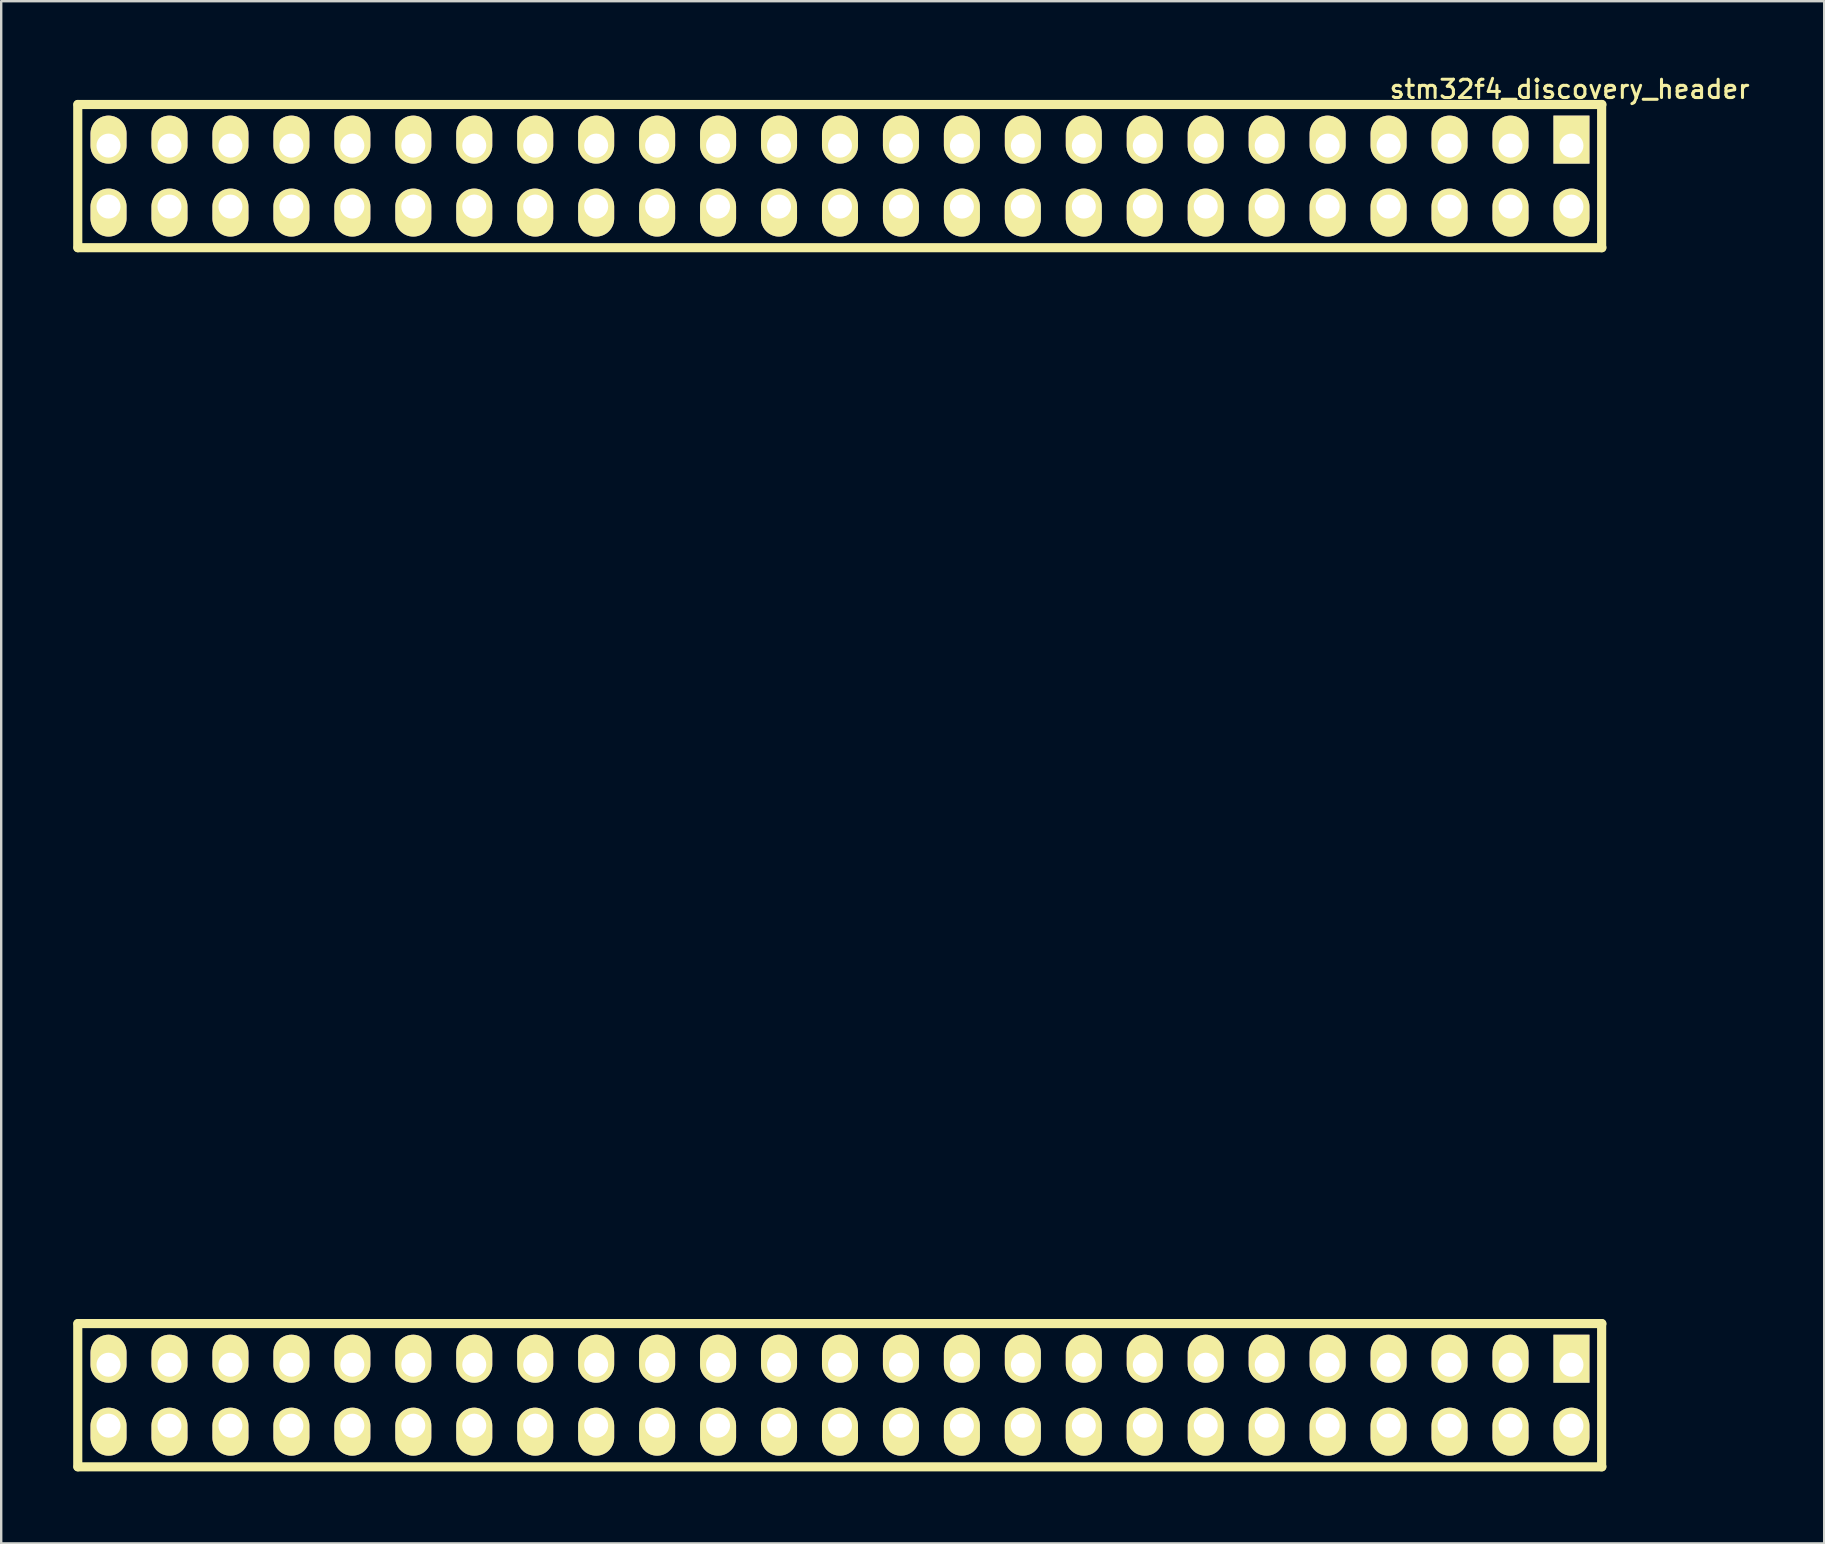
<source format=kicad_pcb>
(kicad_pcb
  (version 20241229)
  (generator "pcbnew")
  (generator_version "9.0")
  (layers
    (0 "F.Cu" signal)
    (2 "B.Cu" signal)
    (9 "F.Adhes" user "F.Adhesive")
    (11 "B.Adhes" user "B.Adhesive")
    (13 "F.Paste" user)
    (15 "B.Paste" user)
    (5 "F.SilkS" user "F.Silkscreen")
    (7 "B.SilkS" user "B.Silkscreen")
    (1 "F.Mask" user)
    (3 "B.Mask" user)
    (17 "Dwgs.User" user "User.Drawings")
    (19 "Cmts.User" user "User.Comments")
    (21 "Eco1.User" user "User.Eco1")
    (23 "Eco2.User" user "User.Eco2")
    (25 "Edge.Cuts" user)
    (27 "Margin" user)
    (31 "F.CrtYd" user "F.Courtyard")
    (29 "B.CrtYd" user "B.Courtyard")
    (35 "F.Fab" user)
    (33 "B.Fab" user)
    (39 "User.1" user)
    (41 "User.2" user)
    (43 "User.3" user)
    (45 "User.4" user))
  (footprint "stm32f4_discovery_header"
    (layer "F.Cu")
    (at 47.752 29.688)
    (property "Reference" "stm32f4_discovery_header" (at 14.605 -29.02 0) (layer "F.SilkS") (effects (font (size 0.762 0.762) (thickness 0.127))))
    (attr through_hole)
    (fp_line (start -47.562 -22.416) (end -47.562 -28.384) (stroke (width 0.381) (type solid)) (layer "F.SilkS"))
    (fp_line (start -47.562 22.416) (end -47.562 28.384) (stroke (width 0.381) (type solid)) (layer "F.SilkS"))
    (fp_line (start -47.55 -28.384) (end 15.95 -28.384) (stroke (width 0.381) (type solid)) (layer "F.SilkS"))
    (fp_line (start -47.55 -22.416) (end 15.95 -22.416) (stroke (width 0.381) (type solid)) (layer "F.SilkS"))
    (fp_line (start -47.55 22.416) (end 15.95 22.416) (stroke (width 0.381) (type solid)) (layer "F.SilkS"))
    (fp_line (start -47.55 28.384) (end 15.95 28.384) (stroke (width 0.381) (type solid)) (layer "F.SilkS"))
    (fp_line (start 15.938 -22.416) (end 15.938 -28.384) (stroke (width 0.381) (type solid)) (layer "F.SilkS"))
    (fp_line (start 15.938 28.384) (end 15.938 22.416) (stroke (width 0.381) (type solid)) (layer "F.SilkS"))
    (pad "1" thru_hole rect (at 14.68 -26.67) (size 1.5 2) (drill 1 (offset 0 -0.25)) (layers "*.Cu" "*.Mask" "F.SilkS"))
    (pad "2" thru_hole oval (at 14.68 -24.13) (size 1.5 2) (drill 1 (offset 0 0.25)) (layers "*.Cu" "*.Mask" "F.SilkS"))
    (pad "3" thru_hole oval (at 12.14 -26.67) (size 1.5 2) (drill 1 (offset 0 -0.25)) (layers "*.Cu" "*.Mask" "F.SilkS"))
    (pad "4" thru_hole oval (at 12.14 -24.13) (size 1.5 2) (drill 1 (offset 0 0.25)) (layers "*.Cu" "*.Mask" "F.SilkS"))
    (pad "5" thru_hole oval (at 9.6 -26.67) (size 1.5 2) (drill 1 (offset 0 -0.25)) (layers "*.Cu" "*.Mask" "F.SilkS"))
    (pad "6" thru_hole oval (at 9.6 -24.13) (size 1.5 2) (drill 1 (offset 0 0.25)) (layers "*.Cu" "*.Mask" "F.SilkS"))
    (pad "7" thru_hole oval (at 7.06 -26.67) (size 1.5 2) (drill 1 (offset 0 -0.25)) (layers "*.Cu" "*.Mask" "F.SilkS"))
    (pad "8" thru_hole oval (at 7.06 -24.13) (size 1.5 2) (drill 1 (offset 0 0.25)) (layers "*.Cu" "*.Mask" "F.SilkS"))
    (pad "9" thru_hole oval (at 4.52 -26.67) (size 1.5 2) (drill 1 (offset 0 -0.25)) (layers "*.Cu" "*.Mask" "F.SilkS"))
    (pad "10" thru_hole oval (at 4.52 -24.13) (size 1.5 2) (drill 1 (offset 0 0.25)) (layers "*.Cu" "*.Mask" "F.SilkS"))
    (pad "11" thru_hole oval (at 1.98 -26.67) (size 1.5 2) (drill 1 (offset 0 -0.25)) (layers "*.Cu" "*.Mask" "F.SilkS"))
    (pad "12" thru_hole oval (at 1.98 -24.13) (size 1.5 2) (drill 1 (offset 0 0.25)) (layers "*.Cu" "*.Mask" "F.SilkS"))
    (pad "13" thru_hole oval (at -0.56 -26.67) (size 1.5 2) (drill 1 (offset 0 -0.25)) (layers "*.Cu" "*.Mask" "F.SilkS"))
    (pad "14" thru_hole oval (at -0.56 -24.13) (size 1.5 2) (drill 1 (offset 0 0.25)) (layers "*.Cu" "*.Mask" "F.SilkS"))
    (pad "15" thru_hole oval (at -3.1 -26.67) (size 1.5 2) (drill 1 (offset 0 -0.25)) (layers "*.Cu" "*.Mask" "F.SilkS"))
    (pad "16" thru_hole oval (at -3.1 -24.13) (size 1.5 2) (drill 1 (offset 0 0.25)) (layers "*.Cu" "*.Mask" "F.SilkS"))
    (pad "17" thru_hole oval (at -5.64 -26.67) (size 1.5 2) (drill 1 (offset 0 -0.25)) (layers "*.Cu" "*.Mask" "F.SilkS"))
    (pad "18" thru_hole oval (at -5.64 -24.13) (size 1.5 2) (drill 1 (offset 0 0.25)) (layers "*.Cu" "*.Mask" "F.SilkS"))
    (pad "19" thru_hole oval (at -8.18 -26.67) (size 1.5 2) (drill 1 (offset 0 -0.25)) (layers "*.Cu" "*.Mask" "F.SilkS"))
    (pad "20" thru_hole oval (at -8.18 -24.13) (size 1.5 2) (drill 1 (offset 0 0.25)) (layers "*.Cu" "*.Mask" "F.SilkS"))
    (pad "21" thru_hole oval (at -10.72 -26.67) (size 1.5 2) (drill 1 (offset 0 -0.25)) (layers "*.Cu" "*.Mask" "F.SilkS"))
    (pad "22" thru_hole oval (at -10.72 -24.13) (size 1.5 2) (drill 1 (offset 0 0.25)) (layers "*.Cu" "*.Mask" "F.SilkS"))
    (pad "23" thru_hole oval (at -13.26 -26.67) (size 1.5 2) (drill 1 (offset 0 -0.25)) (layers "*.Cu" "*.Mask" "F.SilkS"))
    (pad "24" thru_hole oval (at -13.26 -24.13) (size 1.5 2) (drill 1 (offset 0 0.25)) (layers "*.Cu" "*.Mask" "F.SilkS"))
    (pad "25" thru_hole oval (at -15.8 -26.67) (size 1.5 2) (drill 1 (offset 0 -0.25)) (layers "*.Cu" "*.Mask" "F.SilkS"))
    (pad "26" thru_hole oval (at -15.8 -24.13) (size 1.5 2) (drill 1 (offset 0 0.25)) (layers "*.Cu" "*.Mask" "F.SilkS"))
    (pad "27" thru_hole oval (at -18.34 -26.67) (size 1.5 2) (drill 1 (offset 0 -0.25)) (layers "*.Cu" "*.Mask" "F.SilkS"))
    (pad "28" thru_hole oval (at -18.34 -24.13) (size 1.5 2) (drill 1 (offset 0 0.25)) (layers "*.Cu" "*.Mask" "F.SilkS"))
    (pad "29" thru_hole oval (at -20.88 -26.67) (size 1.5 2) (drill 1 (offset 0 -0.25)) (layers "*.Cu" "*.Mask" "F.SilkS"))
    (pad "30" thru_hole oval (at -20.88 -24.13) (size 1.5 2) (drill 1 (offset 0 0.25)) (layers "*.Cu" "*.Mask" "F.SilkS"))
    (pad "31" thru_hole oval (at -23.42 -26.67) (size 1.5 2) (drill 1 (offset 0 -0.25)) (layers "*.Cu" "*.Mask" "F.SilkS"))
    (pad "32" thru_hole oval (at -23.42 -24.13) (size 1.5 2) (drill 1 (offset 0 0.25)) (layers "*.Cu" "*.Mask" "F.SilkS"))
    (pad "33" thru_hole oval (at -25.96 -26.67) (size 1.5 2) (drill 1 (offset 0 -0.25)) (layers "*.Cu" "*.Mask" "F.SilkS"))
    (pad "34" thru_hole oval (at -25.96 -24.13) (size 1.5 2) (drill 1 (offset 0 0.25)) (layers "*.Cu" "*.Mask" "F.SilkS"))
    (pad "35" thru_hole oval (at -28.5 -26.67) (size 1.5 2) (drill 1 (offset 0 -0.25)) (layers "*.Cu" "*.Mask" "F.SilkS"))
    (pad "36" thru_hole oval (at -28.5 -24.13) (size 1.5 2) (drill 1 (offset 0 0.25)) (layers "*.Cu" "*.Mask" "F.SilkS"))
    (pad "37" thru_hole oval (at -31.04 -26.67) (size 1.5 2) (drill 1 (offset 0 -0.25)) (layers "*.Cu" "*.Mask" "F.SilkS"))
    (pad "38" thru_hole oval (at -31.04 -24.13) (size 1.5 2) (drill 1 (offset 0 0.25)) (layers "*.Cu" "*.Mask" "F.SilkS"))
    (pad "39" thru_hole oval (at -33.58 -26.67) (size 1.5 2) (drill 1 (offset 0 -0.25)) (layers "*.Cu" "*.Mask" "F.SilkS"))
    (pad "40" thru_hole oval (at -33.58 -24.13) (size 1.5 2) (drill 1 (offset 0 0.25)) (layers "*.Cu" "*.Mask" "F.SilkS"))
    (pad "41" thru_hole oval (at -36.12 -26.67) (size 1.5 2) (drill 1 (offset 0 -0.25)) (layers "*.Cu" "*.Mask" "F.SilkS"))
    (pad "42" thru_hole oval (at -36.12 -24.13) (size 1.5 2) (drill 1 (offset 0 0.25)) (layers "*.Cu" "*.Mask" "F.SilkS"))
    (pad "43" thru_hole oval (at -38.66 -26.67) (size 1.5 2) (drill 1 (offset 0 -0.25)) (layers "*.Cu" "*.Mask" "F.SilkS"))
    (pad "44" thru_hole oval (at -38.66 -24.13) (size 1.5 2) (drill 1 (offset 0 0.25)) (layers "*.Cu" "*.Mask" "F.SilkS"))
    (pad "45" thru_hole oval (at -41.2 -26.67) (size 1.5 2) (drill 1 (offset 0 -0.25)) (layers "*.Cu" "*.Mask" "F.SilkS"))
    (pad "46" thru_hole oval (at -41.2 -24.13) (size 1.5 2) (drill 1 (offset 0 0.25)) (layers "*.Cu" "*.Mask" "F.SilkS"))
    (pad "47" thru_hole oval (at -43.74 -26.67) (size 1.5 2) (drill 1 (offset 0 -0.25)) (layers "*.Cu" "*.Mask" "F.SilkS"))
    (pad "48" thru_hole oval (at -43.74 -24.13) (size 1.5 2) (drill 1 (offset 0 0.25)) (layers "*.Cu" "*.Mask" "F.SilkS"))
    (pad "49" thru_hole oval (at -46.28 -26.67) (size 1.5 2) (drill 1 (offset 0 -0.25)) (layers "*.Cu" "*.Mask" "F.SilkS"))
    (pad "50" thru_hole oval (at -46.28 -24.13) (size 1.5 2) (drill 1 (offset 0 0.25)) (layers "*.Cu" "*.Mask" "F.SilkS"))
    (pad "51" thru_hole oval (at -46.28 24.13) (size 1.5 2) (drill 1 (offset 0 -0.25)) (layers "*.Cu" "*.Mask" "F.SilkS"))
    (pad "52" thru_hole oval (at -46.28 26.67) (size 1.5 2) (drill 1 (offset 0 0.25)) (layers "*.Cu" "*.Mask" "F.SilkS"))
    (pad "53" thru_hole oval (at -43.74 24.13) (size 1.5 2) (drill 1 (offset 0 -0.25)) (layers "*.Cu" "*.Mask" "F.SilkS"))
    (pad "54" thru_hole oval (at -43.74 26.67) (size 1.5 2) (drill 1 (offset 0 0.25)) (layers "*.Cu" "*.Mask" "F.SilkS"))
    (pad "55" thru_hole oval (at -41.2 24.13) (size 1.5 2) (drill 1 (offset 0 -0.25)) (layers "*.Cu" "*.Mask" "F.SilkS"))
    (pad "56" thru_hole oval (at -41.2 26.67) (size 1.5 2) (drill 1 (offset 0 0.25)) (layers "*.Cu" "*.Mask" "F.SilkS"))
    (pad "57" thru_hole oval (at -38.66 24.13) (size 1.5 2) (drill 1 (offset 0 -0.25)) (layers "*.Cu" "*.Mask" "F.SilkS"))
    (pad "58" thru_hole oval (at -38.66 26.67) (size 1.5 2) (drill 1 (offset 0 0.25)) (layers "*.Cu" "*.Mask" "F.SilkS"))
    (pad "59" thru_hole oval (at -36.12 24.13) (size 1.5 2) (drill 1 (offset 0 -0.25)) (layers "*.Cu" "*.Mask" "F.SilkS"))
    (pad "60" thru_hole oval (at -36.12 26.67) (size 1.5 2) (drill 1 (offset 0 0.25)) (layers "*.Cu" "*.Mask" "F.SilkS"))
    (pad "61" thru_hole oval (at -33.58 24.13) (size 1.5 2) (drill 1 (offset 0 -0.25)) (layers "*.Cu" "*.Mask" "F.SilkS"))
    (pad "62" thru_hole oval (at -33.58 26.67) (size 1.5 2) (drill 1 (offset 0 0.25)) (layers "*.Cu" "*.Mask" "F.SilkS"))
    (pad "63" thru_hole oval (at -31.04 24.13) (size 1.5 2) (drill 1 (offset 0 -0.25)) (layers "*.Cu" "*.Mask" "F.SilkS"))
    (pad "64" thru_hole oval (at -31.04 26.67) (size 1.5 2) (drill 1 (offset 0 0.25)) (layers "*.Cu" "*.Mask" "F.SilkS"))
    (pad "65" thru_hole oval (at -28.5 24.13) (size 1.5 2) (drill 1 (offset 0 -0.25)) (layers "*.Cu" "*.Mask" "F.SilkS"))
    (pad "66" thru_hole oval (at -28.5 26.67) (size 1.5 2) (drill 1 (offset 0 0.25)) (layers "*.Cu" "*.Mask" "F.SilkS"))
    (pad "67" thru_hole oval (at -25.96 24.13) (size 1.5 2) (drill 1 (offset 0 -0.25)) (layers "*.Cu" "*.Mask" "F.SilkS"))
    (pad "68" thru_hole oval (at -25.96 26.67) (size 1.5 2) (drill 1 (offset 0 0.25)) (layers "*.Cu" "*.Mask" "F.SilkS"))
    (pad "69" thru_hole oval (at -23.42 24.13) (size 1.5 2) (drill 1 (offset 0 -0.25)) (layers "*.Cu" "*.Mask" "F.SilkS"))
    (pad "70" thru_hole oval (at -23.42 26.67) (size 1.5 2) (drill 1 (offset 0 0.25)) (layers "*.Cu" "*.Mask" "F.SilkS"))
    (pad "71" thru_hole oval (at -20.88 24.13) (size 1.5 2) (drill 1 (offset 0 -0.25)) (layers "*.Cu" "*.Mask" "F.SilkS"))
    (pad "72" thru_hole oval (at -20.88 26.67) (size 1.5 2) (drill 1 (offset 0 0.25)) (layers "*.Cu" "*.Mask" "F.SilkS"))
    (pad "73" thru_hole oval (at -18.34 24.13) (size 1.5 2) (drill 1 (offset 0 -0.25)) (layers "*.Cu" "*.Mask" "F.SilkS"))
    (pad "74" thru_hole oval (at -18.34 26.67) (size 1.5 2) (drill 1 (offset 0 0.25)) (layers "*.Cu" "*.Mask" "F.SilkS"))
    (pad "75" thru_hole oval (at -15.8 24.13) (size 1.5 2) (drill 1 (offset 0 -0.25)) (layers "*.Cu" "*.Mask" "F.SilkS"))
    (pad "76" thru_hole oval (at -15.8 26.67) (size 1.5 2) (drill 1 (offset 0 0.25)) (layers "*.Cu" "*.Mask" "F.SilkS"))
    (pad "77" thru_hole oval (at -13.26 24.13) (size 1.5 2) (drill 1 (offset 0 -0.25)) (layers "*.Cu" "*.Mask" "F.SilkS"))
    (pad "78" thru_hole oval (at -13.26 26.67) (size 1.5 2) (drill 1 (offset 0 0.25)) (layers "*.Cu" "*.Mask" "F.SilkS"))
    (pad "79" thru_hole oval (at -10.72 24.13) (size 1.5 2) (drill 1 (offset 0 -0.25)) (layers "*.Cu" "*.Mask" "F.SilkS"))
    (pad "80" thru_hole oval (at -10.72 26.67) (size 1.5 2) (drill 1 (offset 0 0.25)) (layers "*.Cu" "*.Mask" "F.SilkS"))
    (pad "81" thru_hole oval (at -8.18 24.13) (size 1.5 2) (drill 1 (offset 0 -0.25)) (layers "*.Cu" "*.Mask" "F.SilkS"))
    (pad "82" thru_hole oval (at -8.18 26.67) (size 1.5 2) (drill 1 (offset 0 0.25)) (layers "*.Cu" "*.Mask" "F.SilkS"))
    (pad "83" thru_hole oval (at -5.64 24.13) (size 1.5 2) (drill 1 (offset 0 -0.25)) (layers "*.Cu" "*.Mask" "F.SilkS"))
    (pad "84" thru_hole oval (at -5.64 26.67) (size 1.5 2) (drill 1 (offset 0 0.25)) (layers "*.Cu" "*.Mask" "F.SilkS"))
    (pad "85" thru_hole oval (at -3.1 24.13) (size 1.5 2) (drill 1 (offset 0 -0.25)) (layers "*.Cu" "*.Mask" "F.SilkS"))
    (pad "86" thru_hole oval (at -3.1 26.67) (size 1.5 2) (drill 1 (offset 0 0.25)) (layers "*.Cu" "*.Mask" "F.SilkS"))
    (pad "87" thru_hole oval (at -0.56 24.13) (size 1.5 2) (drill 1 (offset 0 -0.25)) (layers "*.Cu" "*.Mask" "F.SilkS"))
    (pad "88" thru_hole oval (at -0.56 26.67) (size 1.5 2) (drill 1 (offset 0 0.25)) (layers "*.Cu" "*.Mask" "F.SilkS"))
    (pad "89" thru_hole oval (at 1.98 24.13) (size 1.5 2) (drill 1 (offset 0 -0.25)) (layers "*.Cu" "*.Mask" "F.SilkS"))
    (pad "90" thru_hole oval (at 1.98 26.67) (size 1.5 2) (drill 1 (offset 0 0.25)) (layers "*.Cu" "*.Mask" "F.SilkS"))
    (pad "91" thru_hole oval (at 4.52 24.13) (size 1.5 2) (drill 1 (offset 0 -0.25)) (layers "*.Cu" "*.Mask" "F.SilkS"))
    (pad "92" thru_hole oval (at 4.52 26.67) (size 1.5 2) (drill 1 (offset 0 0.25)) (layers "*.Cu" "*.Mask" "F.SilkS"))
    (pad "93" thru_hole oval (at 7.06 24.13) (size 1.5 2) (drill 1 (offset 0 -0.25)) (layers "*.Cu" "*.Mask" "F.SilkS"))
    (pad "94" thru_hole oval (at 7.06 26.67) (size 1.5 2) (drill 1 (offset 0 0.25)) (layers "*.Cu" "*.Mask" "F.SilkS"))
    (pad "95" thru_hole oval (at 9.6 24.13) (size 1.5 2) (drill 1 (offset 0 -0.25)) (layers "*.Cu" "*.Mask" "F.SilkS"))
    (pad "96" thru_hole oval (at 9.6 26.67) (size 1.5 2) (drill 1 (offset 0 0.25)) (layers "*.Cu" "*.Mask" "F.SilkS"))
    (pad "97" thru_hole oval (at 12.14 24.13) (size 1.5 2) (drill 1 (offset 0 -0.25)) (layers "*.Cu" "*.Mask" "F.SilkS"))
    (pad "98" thru_hole oval (at 12.14 26.67) (size 1.5 2) (drill 1 (offset 0 0.25)) (layers "*.Cu" "*.Mask" "F.SilkS"))
    (pad "99" thru_hole rect (at 14.68 24.13) (size 1.5 2) (drill 1 (offset 0 -0.25)) (layers "*.Cu" "*.Mask" "F.SilkS"))
    (pad "100" thru_hole oval (at 14.68 26.67) (size 1.5 2) (drill 1 (offset 0 0.25)) (layers "*.Cu" "*.Mask" "F.SilkS")))
  (gr_rect
    (start -3 -3)
    (end 72.964 61.263)
    (stroke (width 0.1) (type default))
    (fill no)
    (layer "Edge.Cuts")))
</source>
